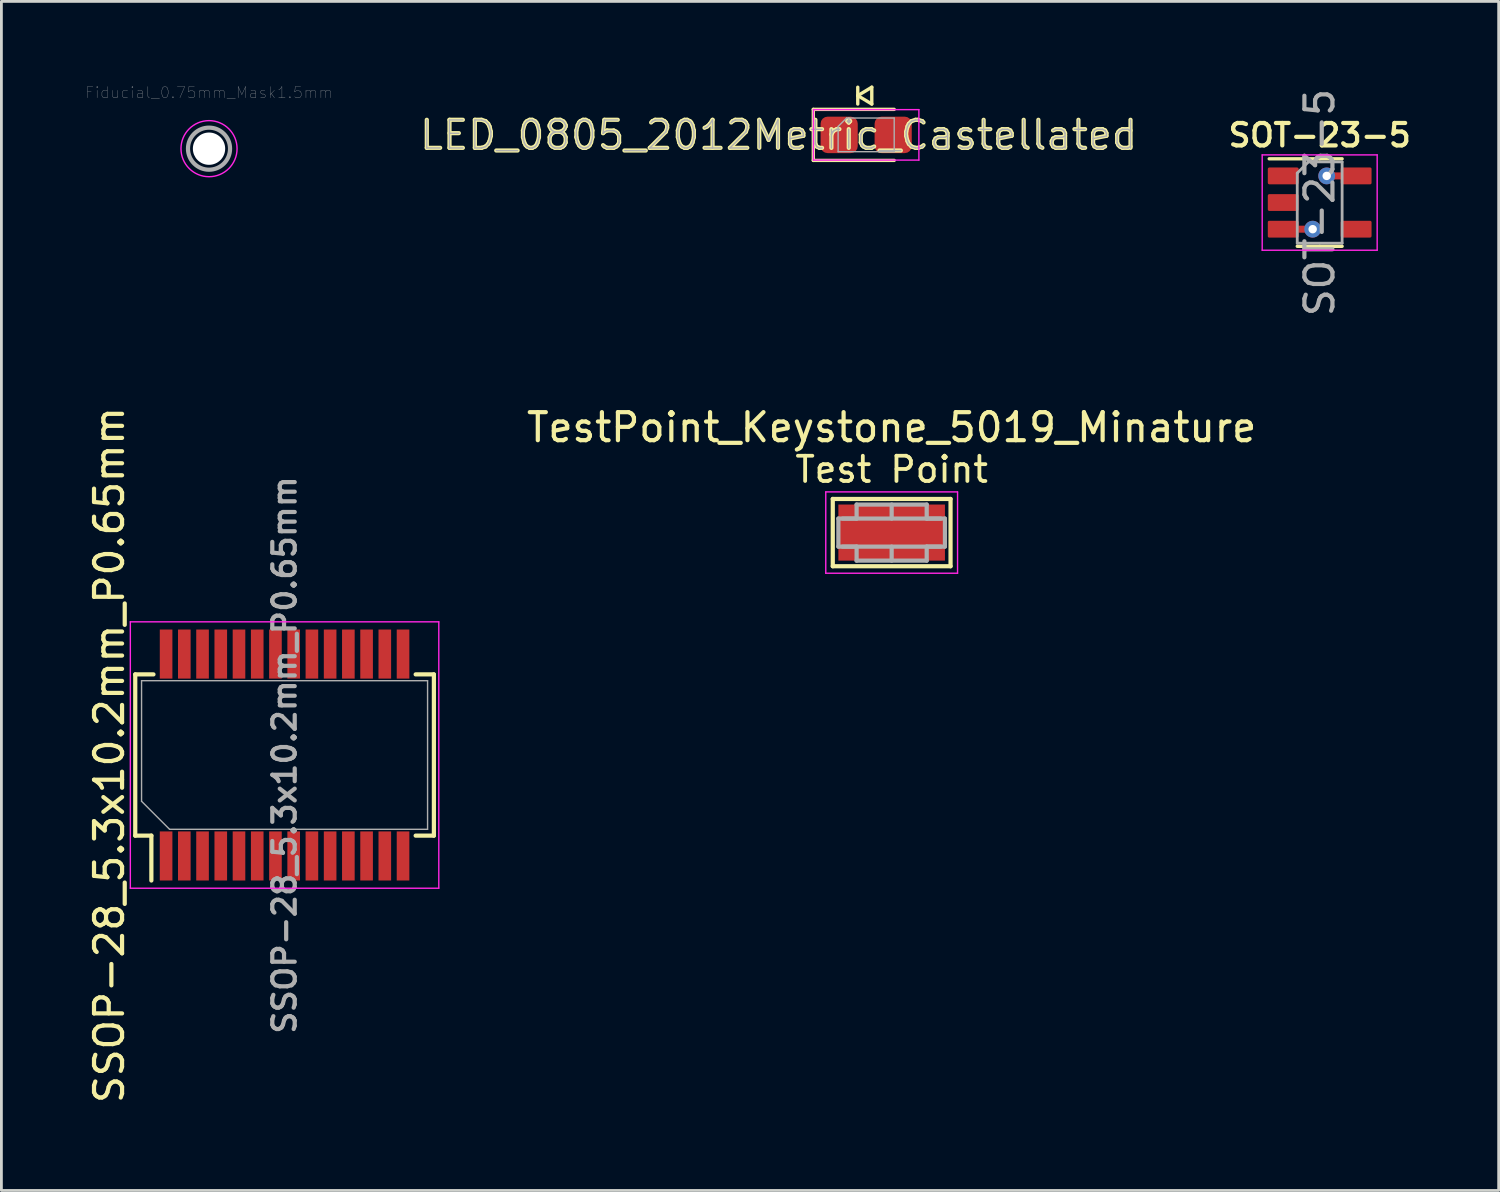
<source format=kicad_pcb>
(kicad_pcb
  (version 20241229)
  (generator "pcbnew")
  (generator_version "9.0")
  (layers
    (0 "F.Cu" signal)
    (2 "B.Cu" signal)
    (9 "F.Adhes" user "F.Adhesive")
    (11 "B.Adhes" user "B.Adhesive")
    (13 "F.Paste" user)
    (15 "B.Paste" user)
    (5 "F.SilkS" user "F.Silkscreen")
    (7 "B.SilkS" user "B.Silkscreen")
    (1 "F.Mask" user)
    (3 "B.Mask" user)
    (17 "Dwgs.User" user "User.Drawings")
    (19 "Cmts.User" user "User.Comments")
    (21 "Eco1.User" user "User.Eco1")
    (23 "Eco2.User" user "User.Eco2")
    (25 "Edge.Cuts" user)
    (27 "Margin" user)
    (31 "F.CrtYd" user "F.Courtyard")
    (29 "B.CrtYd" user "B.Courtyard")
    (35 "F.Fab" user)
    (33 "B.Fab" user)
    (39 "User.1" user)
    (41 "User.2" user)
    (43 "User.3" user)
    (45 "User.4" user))
  (footprint "LED_0805_2012Metric_Castellated"
    (layer "F.Cu")
    (at 27.839 1.76)
    (property "Reference" "LED_0805_2012Metric_Castellated" (at -3.121 0.007 0) (layer "F.SilkS") (effects (font (size 1 1) (thickness 0.15))))
    (attr smd)
    (fp_line (start -1.885 -0.91) (end -1.885 0.91) (stroke (width 0.12) (type solid)) (layer "F.SilkS"))
    (fp_line (start -1.885 0.91) (end 1 0.91) (stroke (width 0.12) (type solid)) (layer "F.SilkS"))
    (fp_line (start -0.3 -1.7) (end -0.3 -1.1) (stroke (width 0.12) (type solid)) (layer "F.SilkS"))
    (fp_line (start -0.3 -1.4) (end 0.2 -1.1) (stroke (width 0.12) (type solid)) (layer "F.SilkS"))
    (fp_line (start 0.2 -1.7) (end -0.3 -1.4) (stroke (width 0.12) (type solid)) (layer "F.SilkS"))
    (fp_line (start 0.2 -1.7) (end 0.2 -1.1) (stroke (width 0.12) (type solid)) (layer "F.SilkS"))
    (fp_line (start 1 -0.91) (end -1.885 -0.91) (stroke (width 0.12) (type solid)) (layer "F.SilkS"))
    (fp_line (start -1.88 -0.9) (end 1.88 -0.9) (stroke (width 0.05) (type solid)) (layer "F.CrtYd"))
    (fp_line (start -1.88 0.9) (end -1.88 -0.9) (stroke (width 0.05) (type solid)) (layer "F.CrtYd"))
    (fp_line (start 1.88 -0.9) (end 1.88 0.9) (stroke (width 0.05) (type solid)) (layer "F.CrtYd"))
    (fp_line (start 1.88 0.9) (end -1.88 0.9) (stroke (width 0.05) (type solid)) (layer "F.CrtYd"))
    (fp_line (start -1 -0.3) (end -1 0.6) (stroke (width 0.05) (type solid)) (layer "F.Fab"))
    (fp_line (start -1 0.6) (end 1 0.6) (stroke (width 0.05) (type solid)) (layer "F.Fab"))
    (fp_line (start -0.7 -0.6) (end -1 -0.3) (stroke (width 0.05) (type solid)) (layer "F.Fab"))
    (fp_line (start 1 -0.6) (end -0.7 -0.6) (stroke (width 0.05) (type solid)) (layer "F.Fab"))
    (fp_line (start 1 0.6) (end 1 -0.6) (stroke (width 0.05) (type solid)) (layer "F.Fab"))
    (fp_text user "${REFERENCE}" (at -3.121 0.007 0) (layer "F.Fab") (effects (font (size 1 1) (thickness 0.05))))
    (pad "1" smd roundrect (at -0.963 0) (size 1.325 1.3) (layers "F.Cu" "F.Mask" "F.Paste") (roundrect_rratio 0.192))
    (pad "2" smd roundrect (at 0.963 0) (size 1.325 1.3) (layers "F.Cu" "F.Mask" "F.Paste") (roundrect_rratio 0.192)))
  (footprint "TestPoint_Keystone_5019_Minature"
    (layer "F.Cu")
    (at 28.748 15.943)
    (property "Reference" "TestPoint_Keystone_5019_Minature" (at 0 -3.75 0) (layer "F.SilkS") (effects (font (size 1 1) (thickness 0.15))))
    (property "Value" "Test Point" (at 0 2.25 0) (layer "F.Fab") (hide yes) (effects (font (size 1 1) (thickness 0.15))))
    (attr smd)
    (fp_line (start -2.1 -1.2) (end 2.1 -1.2) (stroke (width 0.15) (type solid)) (layer "F.SilkS"))
    (fp_line (start -2.1 1.2) (end -2.1 -1.2) (stroke (width 0.15) (type solid)) (layer "F.SilkS"))
    (fp_line (start 2.1 -1.2) (end 2.1 1.2) (stroke (width 0.15) (type solid)) (layer "F.SilkS"))
    (fp_line (start 2.1 1.2) (end -2.1 1.2) (stroke (width 0.15) (type solid)) (layer "F.SilkS"))
    (fp_line (start -2.35 -1.45) (end 2.35 -1.45) (stroke (width 0.05) (type solid)) (layer "F.CrtYd"))
    (fp_line (start -2.35 1.45) (end -2.35 -1.45) (stroke (width 0.05) (type solid)) (layer "F.CrtYd"))
    (fp_line (start 2.35 -1.45) (end 2.35 1.45) (stroke (width 0.05) (type solid)) (layer "F.CrtYd"))
    (fp_line (start 2.35 1.45) (end -2.35 1.45) (stroke (width 0.05) (type solid)) (layer "F.CrtYd"))
    (fp_line (start -1.9 -0.5) (end -1.9 0.5) (stroke (width 0.15) (type solid)) (layer "F.Fab"))
    (fp_line (start -1.9 -0.5) (end 1.9 -0.5) (stroke (width 0.15) (type solid)) (layer "F.Fab"))
    (fp_line (start -1.75 0.5) (end -1.25 0.5) (stroke (width 0.15) (type solid)) (layer "F.Fab"))
    (fp_line (start -1.25 -1) (end -1.25 -0.5) (stroke (width 0.15) (type solid)) (layer "F.Fab"))
    (fp_line (start -1.25 -0.5) (end -1.75 -0.5) (stroke (width 0.15) (type solid)) (layer "F.Fab"))
    (fp_line (start -1.25 0.5) (end -1.25 1) (stroke (width 0.15) (type solid)) (layer "F.Fab"))
    (fp_line (start -1.25 1) (end 1.25 1) (stroke (width 0.15) (type solid)) (layer "F.Fab"))
    (fp_line (start 0 -1) (end 0 -0.5) (stroke (width 0.15) (type solid)) (layer "F.Fab"))
    (fp_line (start 0 0.5) (end 0 1) (stroke (width 0.15) (type solid)) (layer "F.Fab"))
    (fp_line (start 1.25 -1) (end -1.25 -1) (stroke (width 0.15) (type solid)) (layer "F.Fab"))
    (fp_line (start 1.25 -0.5) (end 1.25 -1) (stroke (width 0.15) (type solid)) (layer "F.Fab"))
    (fp_line (start 1.25 0.5) (end 1.75 0.5) (stroke (width 0.15) (type solid)) (layer "F.Fab"))
    (fp_line (start 1.25 1) (end 1.25 0.5) (stroke (width 0.15) (type solid)) (layer "F.Fab"))
    (fp_line (start 1.75 -0.5) (end 1.25 -0.5) (stroke (width 0.15) (type solid)) (layer "F.Fab"))
    (fp_line (start 1.9 0.5) (end -1.9 0.5) (stroke (width 0.15) (type solid)) (layer "F.Fab"))
    (fp_line (start 1.9 0.5) (end 1.9 -0.5) (stroke (width 0.15) (type solid)) (layer "F.Fab"))
    (fp_text user "${VALUE}" (at 0 -2.25 0) (layer "F.SilkS") (effects (font (size 0.9 0.9) (thickness 0.135))))
    (pad "1" smd rect (at 0 0) (size 3.8 2) (layers "F.Cu" "F.Mask" "F.Paste")))
  (footprint "SOT-23-5"
    (layer "F.Cu")
    (at 44.012 4.173)
    (property "Reference" "SOT-23-5" (at 0 -2.4 0) (unlocked yes) (layer "F.SilkS") (effects (font (size 0.8 0.8) (thickness 0.15))))
    (attr smd)
    (fp_line (start 0 -1.56) (end -1.8 -1.56) (stroke (width 0.12) (type solid)) (layer "F.SilkS"))
    (fp_line (start 0 -1.56) (end 0.8 -1.56) (stroke (width 0.12) (type solid)) (layer "F.SilkS"))
    (fp_line (start 0 1.56) (end -0.8 1.56) (stroke (width 0.12) (type solid)) (layer "F.SilkS"))
    (fp_line (start 0 1.56) (end 0.8 1.56) (stroke (width 0.12) (type solid)) (layer "F.SilkS"))
    (fp_line (start -2.05 -1.7) (end -2.05 1.7) (stroke (width 0.05) (type solid)) (layer "F.CrtYd"))
    (fp_line (start -2.05 1.7) (end 2.05 1.7) (stroke (width 0.05) (type solid)) (layer "F.CrtYd"))
    (fp_line (start 2.05 -1.7) (end -2.05 -1.7) (stroke (width 0.05) (type solid)) (layer "F.CrtYd"))
    (fp_line (start 2.05 1.7) (end 2.05 -1.7) (stroke (width 0.05) (type solid)) (layer "F.CrtYd"))
    (fp_line (start -0.8 -1.05) (end -0.4 -1.45) (stroke (width 0.1) (type solid)) (layer "F.Fab"))
    (fp_line (start -0.8 1.45) (end -0.8 -1.05) (stroke (width 0.1) (type solid)) (layer "F.Fab"))
    (fp_line (start -0.4 -1.45) (end 0.8 -1.45) (stroke (width 0.1) (type solid)) (layer "F.Fab"))
    (fp_line (start 0.8 -1.45) (end 0.8 1.45) (stroke (width 0.1) (type solid)) (layer "F.Fab"))
    (fp_line (start 0.8 1.45) (end -0.8 1.45) (stroke (width 0.1) (type solid)) (layer "F.Fab"))
    (fp_text user "${REFERENCE}" (at 0 0 90) (unlocked yes) (layer "F.Fab") (effects (font (size 1 1) (thickness 0.15))))
    (pad "1" smd custom (at -1.3 -0.95) (size 0.5 0.5) (layers "F.Cu" "F.Mask" "F.Paste") (options (anchor circle)) (primitives (gr_poly (pts (xy -0.5 0.25) (xy 0.5 0.25) (xy 0.5 -0.25) (xy -0.5 -0.25)) (width 0.1) (fill yes))))
    (pad "2" smd custom (at -1.3 0) (size 0.5 0.5) (layers "F.Cu" "F.Mask" "F.Paste") (options (anchor circle)) (primitives (gr_poly (pts (xy -0.5 0.25) (xy 0.5 0.25) (xy 0.5 -0.25) (xy -0.5 -0.25)) (width 0.1) (fill yes))))
    (pad "3" smd rect (at -0.25 0.95) (size 0.6 0.25) (drill (offset -0.3 0)) (layers "F.Cu"))
    (pad "3" thru_hole circle (at -0.25 0.95) (size 0.6 0.6) (drill 0.3) (layers "*.Cu"))
    (pad "3" smd roundrect (at -0.25 0.95 180) (size 1.1 0.6) (drill (offset 1.05 0)) (layers "F.Cu" "F.Mask" "F.Paste") (roundrect_rratio 0.083))
    (pad "4" smd custom (at 1.3 0.95) (size 0.5 0.5) (layers "F.Cu" "F.Mask" "F.Paste") (options (anchor circle)) (primitives (gr_poly (pts (xy -0.5 0.25) (xy 0.5 0.25) (xy 0.5 -0.25) (xy -0.5 -0.25)) (width 0.1) (fill yes))))
    (pad "5" smd rect (at 0.25 -0.95) (size 0.6 0.25) (drill (offset 0.3 0)) (layers "F.Cu"))
    (pad "5" thru_hole circle (at 0.25 -0.95) (size 0.6 0.6) (drill 0.3) (layers "*.Cu"))
    (pad "5" smd roundrect (at 0.25 -0.95 180) (size 1.1 0.6) (drill (offset -1.05 0)) (layers "F.Cu" "F.Mask" "F.Paste") (roundrect_rratio 0.083)))
  (footprint "SSOP-28_5.3x10.2mm_P0.65mm"
    (layer "F.Cu")
    (at 7.098 23.875)
    (property "Reference" "SSOP-28_5.3x10.2mm_P0.65mm" (at -6.25 0 90) (layer "F.SilkS") (effects (font (size 1 1) (thickness 0.15))))
    (attr smd)
    (fp_line (start -5.325 -2.875) (end -4.675 -2.875) (stroke (width 0.15) (type solid)) (layer "F.SilkS"))
    (fp_line (start -5.325 2.875) (end -5.325 -2.875) (stroke (width 0.15) (type solid)) (layer "F.SilkS"))
    (fp_line (start -5.325 2.875) (end -4.75 2.875) (stroke (width 0.15) (type solid)) (layer "F.SilkS"))
    (fp_line (start -4.75 2.875) (end -4.75 4.475) (stroke (width 0.15) (type solid)) (layer "F.SilkS"))
    (fp_line (start 5.325 -2.875) (end 4.675 -2.875) (stroke (width 0.15) (type solid)) (layer "F.SilkS"))
    (fp_line (start 5.325 2.875) (end 4.675 2.875) (stroke (width 0.15) (type solid)) (layer "F.SilkS"))
    (fp_line (start 5.325 2.875) (end 5.325 -2.875) (stroke (width 0.15) (type solid)) (layer "F.SilkS"))
    (fp_line (start -5.5 -4.75) (end 5.5 -4.75) (stroke (width 0.05) (type solid)) (layer "F.CrtYd"))
    (fp_line (start -5.5 4.75) (end -5.5 -4.75) (stroke (width 0.05) (type solid)) (layer "F.CrtYd"))
    (fp_line (start -5.5 4.75) (end 5.5 4.75) (stroke (width 0.05) (type solid)) (layer "F.CrtYd"))
    (fp_line (start 5.5 4.75) (end 5.5 -4.75) (stroke (width 0.05) (type solid)) (layer "F.CrtYd"))
    (fp_line (start -5.1 -2.65) (end 5.1 -2.65) (stroke (width 0.05) (type solid)) (layer "F.Fab"))
    (fp_line (start -5.1 1.65) (end -5.1 -2.65) (stroke (width 0.05) (type solid)) (layer "F.Fab"))
    (fp_line (start -4.1 2.65) (end -5.1 1.65) (stroke (width 0.05) (type solid)) (layer "F.Fab"))
    (fp_line (start 5.1 -2.65) (end 5.1 2.65) (stroke (width 0.05) (type solid)) (layer "F.Fab"))
    (fp_line (start 5.1 2.65) (end -4.1 2.65) (stroke (width 0.05) (type solid)) (layer "F.Fab"))
    (fp_text user "${REFERENCE}" (at 0 0 90) (layer "F.Fab") (effects (font (size 0.8 0.8) (thickness 0.15))))
    (pad "1" smd rect (at -4.225 3.6 90) (size 1.75 0.45) (layers "F.Cu" "F.Mask" "F.Paste"))
    (pad "2" smd rect (at -3.575 3.6 90) (size 1.75 0.45) (layers "F.Cu" "F.Mask" "F.Paste"))
    (pad "3" smd rect (at -2.925 3.6 90) (size 1.75 0.45) (layers "F.Cu" "F.Mask" "F.Paste"))
    (pad "4" smd rect (at -2.275 3.6 90) (size 1.75 0.45) (layers "F.Cu" "F.Mask" "F.Paste"))
    (pad "5" smd rect (at -1.625 3.6 90) (size 1.75 0.45) (layers "F.Cu" "F.Mask" "F.Paste"))
    (pad "6" smd rect (at -0.975 3.6 90) (size 1.75 0.45) (layers "F.Cu" "F.Mask" "F.Paste"))
    (pad "7" smd rect (at -0.325 3.6 90) (size 1.75 0.45) (layers "F.Cu" "F.Mask" "F.Paste"))
    (pad "8" smd rect (at 0.325 3.6 90) (size 1.75 0.45) (layers "F.Cu" "F.Mask" "F.Paste"))
    (pad "9" smd rect (at 0.975 3.6 90) (size 1.75 0.45) (layers "F.Cu" "F.Mask" "F.Paste"))
    (pad "10" smd rect (at 1.625 3.6 90) (size 1.75 0.45) (layers "F.Cu" "F.Mask" "F.Paste"))
    (pad "11" smd rect (at 2.275 3.6 90) (size 1.75 0.45) (layers "F.Cu" "F.Mask" "F.Paste"))
    (pad "12" smd rect (at 2.925 3.6 90) (size 1.75 0.45) (layers "F.Cu" "F.Mask" "F.Paste"))
    (pad "13" smd rect (at 3.575 3.6 90) (size 1.75 0.45) (layers "F.Cu" "F.Mask" "F.Paste"))
    (pad "14" smd rect (at 4.225 3.6 90) (size 1.75 0.45) (layers "F.Cu" "F.Mask" "F.Paste"))
    (pad "15" smd rect (at 4.225 -3.6 90) (size 1.75 0.45) (layers "F.Cu" "F.Mask" "F.Paste"))
    (pad "16" smd rect (at 3.575 -3.6 90) (size 1.75 0.45) (layers "F.Cu" "F.Mask" "F.Paste"))
    (pad "17" smd rect (at 2.925 -3.6 90) (size 1.75 0.45) (layers "F.Cu" "F.Mask" "F.Paste"))
    (pad "18" smd rect (at 2.275 -3.6 90) (size 1.75 0.45) (layers "F.Cu" "F.Mask" "F.Paste"))
    (pad "19" smd rect (at 1.625 -3.6 90) (size 1.75 0.45) (layers "F.Cu" "F.Mask" "F.Paste"))
    (pad "20" smd rect (at 0.975 -3.6 90) (size 1.75 0.45) (layers "F.Cu" "F.Mask" "F.Paste"))
    (pad "21" smd rect (at 0.325 -3.6 90) (size 1.75 0.45) (layers "F.Cu" "F.Mask" "F.Paste"))
    (pad "22" smd rect (at -0.325 -3.6 90) (size 1.75 0.45) (layers "F.Cu" "F.Mask" "F.Paste"))
    (pad "23" smd rect (at -0.975 -3.6 90) (size 1.75 0.45) (layers "F.Cu" "F.Mask" "F.Paste"))
    (pad "24" smd rect (at -1.625 -3.6 90) (size 1.75 0.45) (layers "F.Cu" "F.Mask" "F.Paste"))
    (pad "25" smd rect (at -2.275 -3.6 90) (size 1.75 0.45) (layers "F.Cu" "F.Mask" "F.Paste"))
    (pad "26" smd rect (at -2.925 -3.6 90) (size 1.75 0.45) (layers "F.Cu" "F.Mask" "F.Paste"))
    (pad "27" smd rect (at -3.575 -3.6 90) (size 1.75 0.45) (layers "F.Cu" "F.Mask" "F.Paste"))
    (pad "28" smd rect (at -4.225 -3.6 90) (size 1.75 0.45) (layers "F.Cu" "F.Mask" "F.Paste")))
  (footprint "Fiducial_0.75mm_Mask1.5mm"
    (layer "F.Cu")
    (at 4.404 2.252)
    (property "Reference" "Fiducial_0.75mm_Mask1.5mm" (at 0 -2 0) (layer "F.Fab") (effects (font (size 0.4 0.4) (thickness 0.01))))
    (attr smd)
    (fp_circle (center 0 0) (end 1 0) (stroke (width 0.05) (type solid)) (fill no) (layer "F.CrtYd"))
    (fp_circle (center 0 0) (end 0.75 0) (stroke (width 0.15) (type solid)) (fill no) (layer "F.Fab"))
    (pad "" np_thru_hole circle (at 0 0) (size 1.152 1.152) (drill 1.152) (layers "*.Cu" "*.Mask")))
  (gr_rect
    (start -3 -3)
    (end 50.395 39.405)
    (stroke (width 0.1) (type default))
    (fill no)
    (layer "Edge.Cuts")))
</source>
